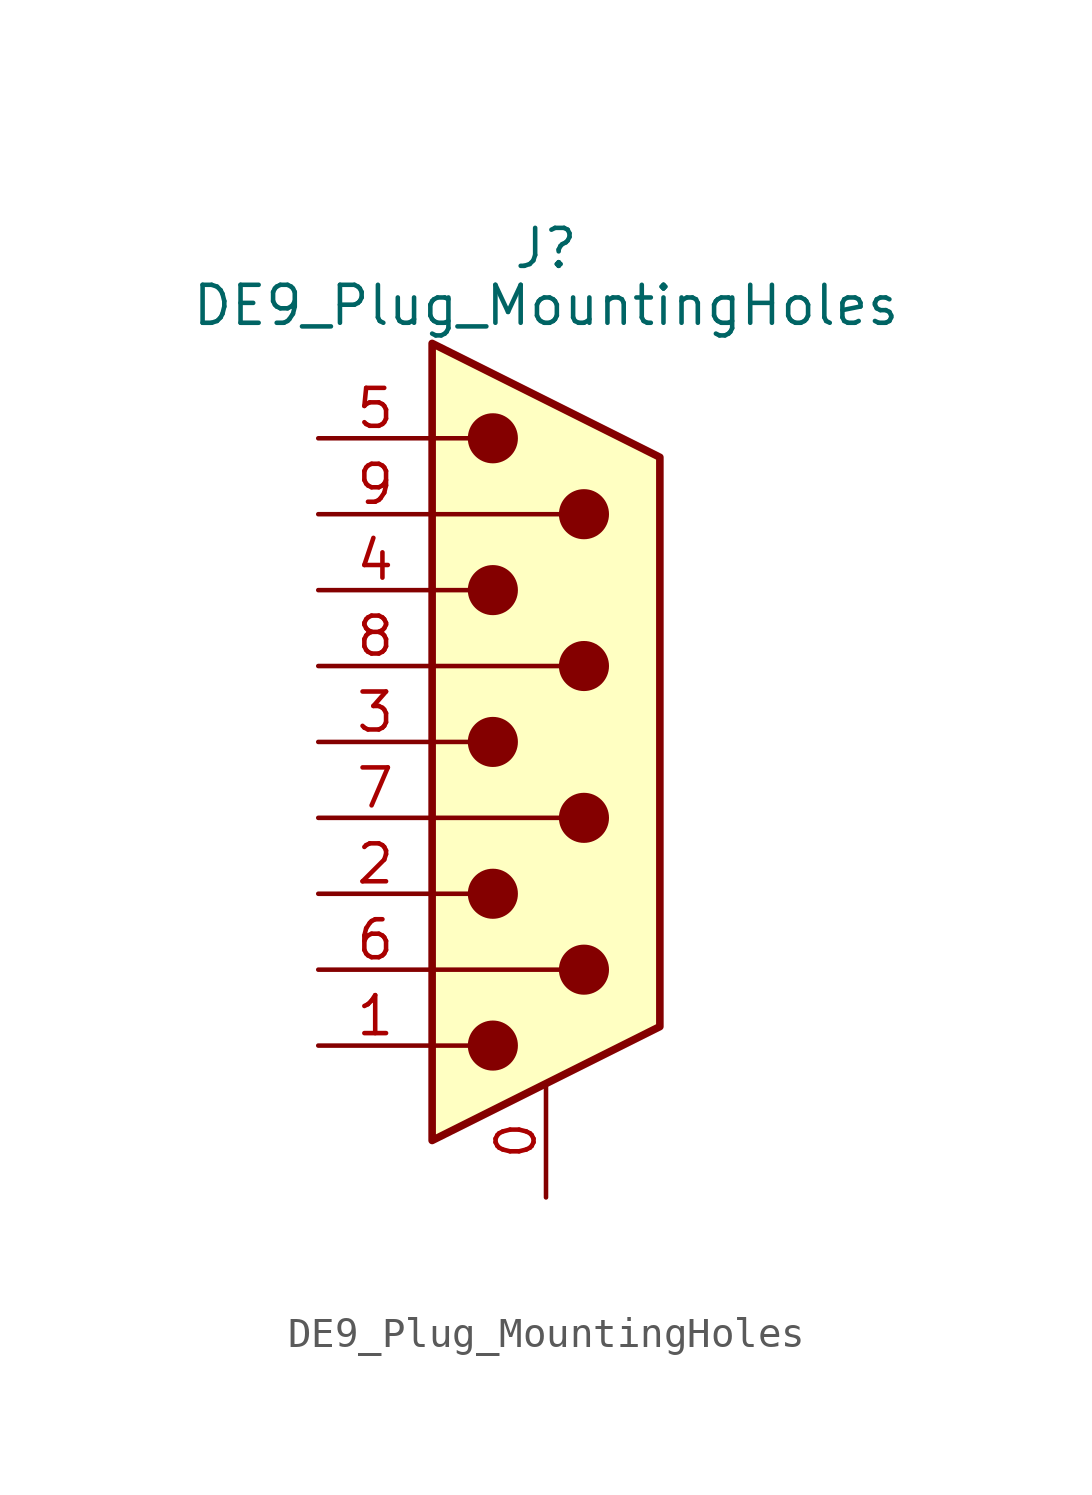
<source format=kicad_sym>
(kicad_symbol_lib
  (version 20231120)
  (generator "kicad_symbol_editor")
  (generator_version "8.0")
  (symbol "DE9_Plug_MountingHoles"
    (pin_names
      (offset 1.016) hide)
    (property "Reference" "J"
      (at 0 16.51 0)
      (effects (font (size 1.27 1.27))))
    (property "Value" "DE9_Plug_MountingHoles"
      (at 0 14.605 0)
      (effects (font (size 1.27 1.27))))
    (symbol "DE9_Plug_MountingHoles_0_1"
      (circle (center -1.778 -10.16) (radius 0.762) (stroke (width 0) (type default)) (fill (type outline)))
      (circle (center -1.778 -5.08) (radius 0.762) (stroke (width 0) (type default)) (fill (type outline)))
      (circle (center -1.778 0) (radius 0.762) (stroke (width 0) (type default)) (fill (type outline)))
      (circle (center -1.778 5.08) (radius 0.762) (stroke (width 0) (type default)) (fill (type outline)))
      (circle (center -1.778 10.16) (radius 0.762) (stroke (width 0) (type default)) (fill (type outline)))
      (polyline (pts (xy -3.81 -10.16) (xy -2.54 -10.16)) (stroke (width 0) (type default)) (fill (type none)))
      (polyline (pts (xy -3.81 -7.62) (xy 0.508 -7.62)) (stroke (width 0) (type default)) (fill (type none)))
      (polyline (pts (xy -3.81 -5.08) (xy -2.54 -5.08)) (stroke (width 0) (type default)) (fill (type none)))
      (polyline (pts (xy -3.81 -2.54) (xy 0.508 -2.54)) (stroke (width 0) (type default)) (fill (type none)))
      (polyline (pts (xy -3.81 0) (xy -2.54 0)) (stroke (width 0) (type default)) (fill (type none)))
      (polyline (pts (xy -3.81 2.54) (xy 0.508 2.54)) (stroke (width 0) (type default)) (fill (type none)))
      (polyline (pts (xy -3.81 5.08) (xy -2.54 5.08)) (stroke (width 0) (type default)) (fill (type none)))
      (polyline (pts (xy -3.81 7.62) (xy 0.508 7.62)) (stroke (width 0) (type default)) (fill (type none)))
      (polyline (pts (xy -3.81 10.16) (xy -2.54 10.16)) (stroke (width 0) (type default)) (fill (type none)))
      (polyline (pts (xy -3.81 -13.335) (xy -3.81 13.335) (xy 3.81 9.525) (xy 3.81 -9.525) (xy -3.81 -13.335)) (stroke (width 0.254) (type default)) (fill (type background)))
      (circle (center 1.27 -7.62) (radius 0.762) (stroke (width 0) (type default)) (fill (type outline)))
      (circle (center 1.27 -2.54) (radius 0.762) (stroke (width 0) (type default)) (fill (type outline)))
      (circle (center 1.27 2.54) (radius 0.762) (stroke (width 0) (type default)) (fill (type outline)))
      (circle (center 1.27 7.62) (radius 0.762) (stroke (width 0) (type default)) (fill (type outline))))
    (symbol "DE9_Plug_MountingHoles_1_1"
      (pin passive line (at 0 -15.24 90) (length 3.81) (name "PAD" (effects (font (size 1.27 1.27)))) (number "0" (effects (font (size 1.27 1.27)))))
      (pin passive line (at -7.62 -10.16 0) (length 3.81) (name "UP" (effects (font (size 1.27 1.27)))) (number "1" (effects (font (size 1.27 1.27)))))
      (pin passive line (at -7.62 -5.08 0) (length 3.81) (name "2" (effects (font (size 1.27 1.27)))) (number "2" (effects (font (size 1.27 1.27)))))
      (pin passive line (at -7.62 0 0) (length 3.81) (name "3" (effects (font (size 1.27 1.27)))) (number "3" (effects (font (size 1.27 1.27)))))
      (pin passive line (at -7.62 5.08 0) (length 3.81) (name "4" (effects (font (size 1.27 1.27)))) (number "4" (effects (font (size 1.27 1.27)))))
      (pin passive line (at -7.62 10.16 0) (length 3.81) (name "5" (effects (font (size 1.27 1.27)))) (number "5" (effects (font (size 1.27 1.27)))))
      (pin passive line (at -7.62 -7.62 0) (length 3.81) (name "FIRE" (effects (font (size 1.27 1.27)))) (number "6" (effects (font (size 1.27 1.27)))))
      (pin passive line (at -7.62 -2.54 0) (length 3.81) (name "7" (effects (font (size 1.27 1.27)))) (number "7" (effects (font (size 1.27 1.27)))))
      (pin passive line (at -7.62 2.54 0) (length 3.81) (name "8" (effects (font (size 1.27 1.27)))) (number "8" (effects (font (size 1.27 1.27)))))
      (pin passive line (at -7.62 7.62 0) (length 3.81) (name "9" (effects (font (size 1.27 1.27)))) (number "9" (effects (font (size 1.27 1.27))))))))
</source>
